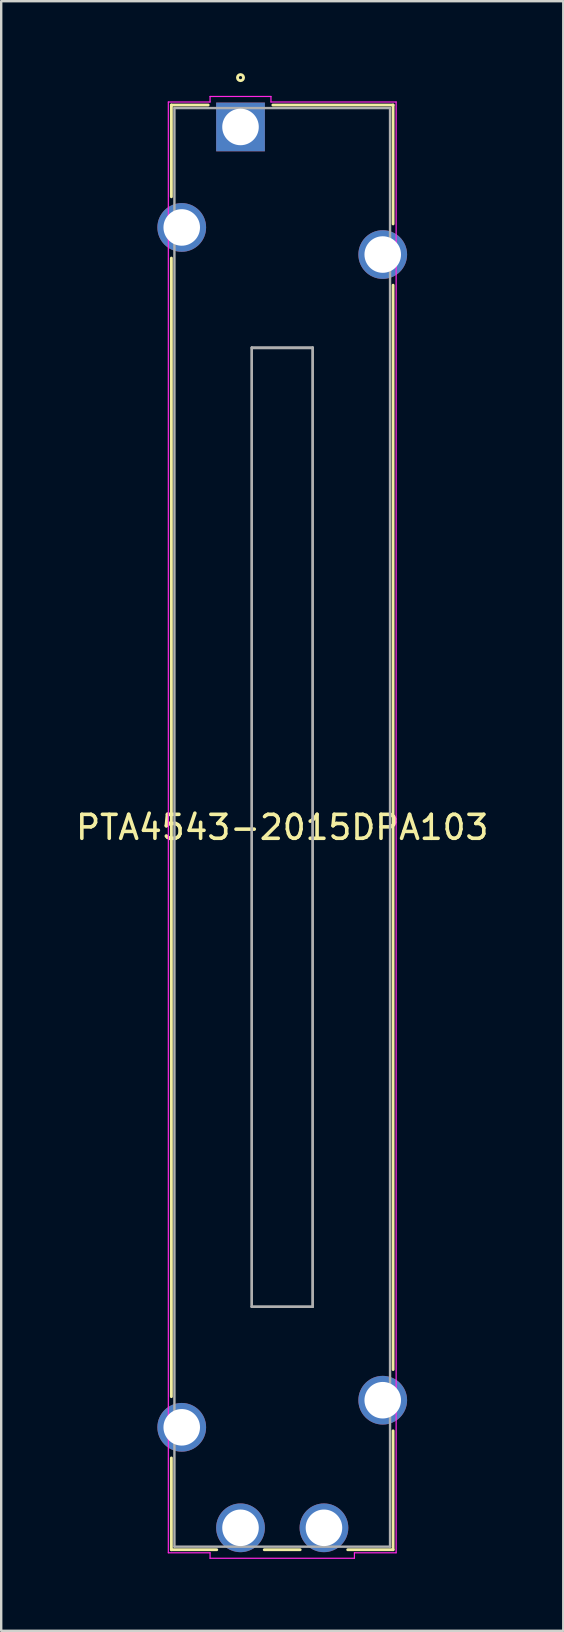
<source format=kicad_pcb>
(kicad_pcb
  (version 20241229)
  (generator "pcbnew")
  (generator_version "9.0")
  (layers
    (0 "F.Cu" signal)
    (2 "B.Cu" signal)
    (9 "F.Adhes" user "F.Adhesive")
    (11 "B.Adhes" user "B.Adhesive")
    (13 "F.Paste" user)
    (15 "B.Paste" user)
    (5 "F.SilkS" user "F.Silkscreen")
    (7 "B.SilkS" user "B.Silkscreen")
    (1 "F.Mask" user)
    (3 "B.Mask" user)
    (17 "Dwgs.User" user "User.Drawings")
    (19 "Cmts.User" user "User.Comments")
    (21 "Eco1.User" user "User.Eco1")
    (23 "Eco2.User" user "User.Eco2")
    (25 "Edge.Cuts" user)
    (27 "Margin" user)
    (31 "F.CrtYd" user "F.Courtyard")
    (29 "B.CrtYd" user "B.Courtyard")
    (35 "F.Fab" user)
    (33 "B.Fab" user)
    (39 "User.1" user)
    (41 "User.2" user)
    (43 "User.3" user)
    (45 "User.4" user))
  (footprint "PTA4543-2015DPA103"
    (layer "F.Cu")
    (at 6.98 2.244)
    (property "Reference" "PTA4543-2015DPA103" (at 1.74 29.21 0) (layer "F.SilkS") (effects (font (size 1 1) (thickness 0.15))))
    (attr through_hole)
    (fp_line (start -2.883 -0.914) (end -2.883 2.913) (stroke (width 0.12) (type solid)) (layer "F.SilkS"))
    (fp_line (start -2.883 5.469) (end -2.883 52.951) (stroke (width 0.12) (type solid)) (layer "F.SilkS"))
    (fp_line (start -2.883 55.507) (end -2.883 59.334) (stroke (width 0.12) (type solid)) (layer "F.SilkS"))
    (fp_line (start -2.883 59.334) (end -0.991 59.334) (stroke (width 0.12) (type solid)) (layer "F.SilkS"))
    (fp_line (start -1.349 -0.914) (end -2.883 -0.914) (stroke (width 0.12) (type solid)) (layer "F.SilkS"))
    (fp_line (start 0.991 59.334) (end 2.488 59.334) (stroke (width 0.12) (type solid)) (layer "F.SilkS"))
    (fp_line (start 4.471 59.334) (end 6.363 59.334) (stroke (width 0.12) (type solid)) (layer "F.SilkS"))
    (fp_line (start 6.363 -0.914) (end 1.349 -0.914) (stroke (width 0.12) (type solid)) (layer "F.SilkS"))
    (fp_line (start 6.363 4.044) (end 6.363 -0.914) (stroke (width 0.12) (type solid)) (layer "F.SilkS"))
    (fp_line (start 6.363 51.821) (end 6.363 6.599) (stroke (width 0.12) (type solid)) (layer "F.SilkS"))
    (fp_line (start 6.363 59.334) (end 6.363 54.376) (stroke (width 0.12) (type solid)) (layer "F.SilkS"))
    (fp_circle (center 0 -2.057) (end 0.127 -2.057) (stroke (width 0.12) (type solid)) (fill no) (layer "F.SilkS"))
    (fp_line (start -3.01 -1.041) (end -1.27 -1.041) (stroke (width 0.05) (type solid)) (layer "F.CrtYd"))
    (fp_line (start -3.01 59.461) (end -3.01 -1.041) (stroke (width 0.05) (type solid)) (layer "F.CrtYd"))
    (fp_line (start -1.27 -1.27) (end 1.27 -1.27) (stroke (width 0.05) (type solid)) (layer "F.CrtYd"))
    (fp_line (start -1.27 -1.041) (end -1.27 -1.27) (stroke (width 0.05) (type solid)) (layer "F.CrtYd"))
    (fp_line (start -1.27 59.461) (end -3.01 59.461) (stroke (width 0.05) (type solid)) (layer "F.CrtYd"))
    (fp_line (start -1.27 59.69) (end -1.27 59.461) (stroke (width 0.05) (type solid)) (layer "F.CrtYd"))
    (fp_line (start 1.27 -1.27) (end 1.27 -1.041) (stroke (width 0.05) (type solid)) (layer "F.CrtYd"))
    (fp_line (start 1.27 -1.041) (end 6.49 -1.041) (stroke (width 0.05) (type solid)) (layer "F.CrtYd"))
    (fp_line (start 4.75 59.461) (end 4.75 59.69) (stroke (width 0.05) (type solid)) (layer "F.CrtYd"))
    (fp_line (start 4.75 59.69) (end -1.27 59.69) (stroke (width 0.05) (type solid)) (layer "F.CrtYd"))
    (fp_line (start 6.49 -1.041) (end 6.49 59.461) (stroke (width 0.05) (type solid)) (layer "F.CrtYd"))
    (fp_line (start 6.49 59.461) (end 4.75 59.461) (stroke (width 0.05) (type solid)) (layer "F.CrtYd"))
    (fp_line (start -2.756 -0.787) (end -2.756 59.207) (stroke (width 0.1) (type solid)) (layer "F.Fab"))
    (fp_line (start -2.756 59.207) (end 6.236 59.207) (stroke (width 0.1) (type solid)) (layer "F.Fab"))
    (fp_line (start 0.47 9.195) (end 3.01 9.195) (stroke (width 0.1) (type solid)) (layer "F.Fab"))
    (fp_line (start 0.47 9.22) (end 3.01 9.22) (stroke (width 0.1) (type solid)) (layer "F.Fab"))
    (fp_line (start 0.47 49.2) (end 0.47 9.195) (stroke (width 0.1) (type solid)) (layer "F.Fab"))
    (fp_line (start 0.47 49.2) (end 0.47 9.22) (stroke (width 0.1) (type solid)) (layer "F.Fab"))
    (fp_line (start 3.01 9.195) (end 3.01 49.2) (stroke (width 0.1) (type solid)) (layer "F.Fab"))
    (fp_line (start 3.01 9.22) (end 3.01 49.2) (stroke (width 0.1) (type solid)) (layer "F.Fab"))
    (fp_line (start 3.01 49.2) (end 0.47 49.2) (stroke (width 0.1) (type solid)) (layer "F.Fab"))
    (fp_line (start 3.01 49.2) (end 0.47 49.2) (stroke (width 0.1) (type solid)) (layer "F.Fab"))
    (fp_line (start 6.236 -0.787) (end -2.756 -0.787) (stroke (width 0.1) (type solid)) (layer "F.Fab"))
    (fp_line (start 6.236 59.207) (end 6.236 -0.787) (stroke (width 0.1) (type solid)) (layer "F.Fab"))
    (fp_circle (center 0 -0.406) (end 0.127 -0.406) (stroke (width 0.1) (type solid)) (fill no) (layer "F.Fab"))
    (fp_text user "*" (at 0 0 0) (layer "F.SilkS") (effects (font (size 1 1) (thickness 0.15))))
    (fp_text user "Copyright 2021 Accelerated Designs. All rights reserved." (at 0 0 0) (layer "Cmts.User") (effects (font (size 0.127 0.127) (thickness 0.002))))
    (fp_text user "*" (at 0 0 0) (layer "F.Fab") (effects (font (size 1 1) (thickness 0.15))))
    (pad "1" thru_hole circle (at 0 58.42) (size 2.032 2.032) (drill 1.524) (layers "*.Cu" "*.Mask"))
    (pad "2" thru_hole circle (at 3.48 58.42) (size 2.032 2.032) (drill 1.524) (layers "*.Cu" "*.Mask"))
    (pad "3" thru_hole rect (at 0 0) (size 2.032 2.032) (drill 1.524) (layers "*.Cu" "*.Mask"))
    (pad "4" thru_hole circle (at -2.451 4.191) (size 2.032 2.032) (drill 1.524) (layers "*.Cu" "*.Mask"))
    (pad "5" thru_hole circle (at -2.451 54.229) (size 2.032 2.032) (drill 1.524) (layers "*.Cu" "*.Mask"))
    (pad "6" thru_hole circle (at 5.931 5.321) (size 2.032 2.032) (drill 1.524) (layers "*.Cu" "*.Mask"))
    (pad "7" thru_hole circle (at 5.931 53.099) (size 2.032 2.032) (drill 1.524) (layers "*.Cu" "*.Mask")))
  (gr_rect
    (start -3 -3)
    (end 20.44 64.959)
    (stroke (width 0.1) (type default))
    (fill no)
    (layer "Edge.Cuts")))
</source>
